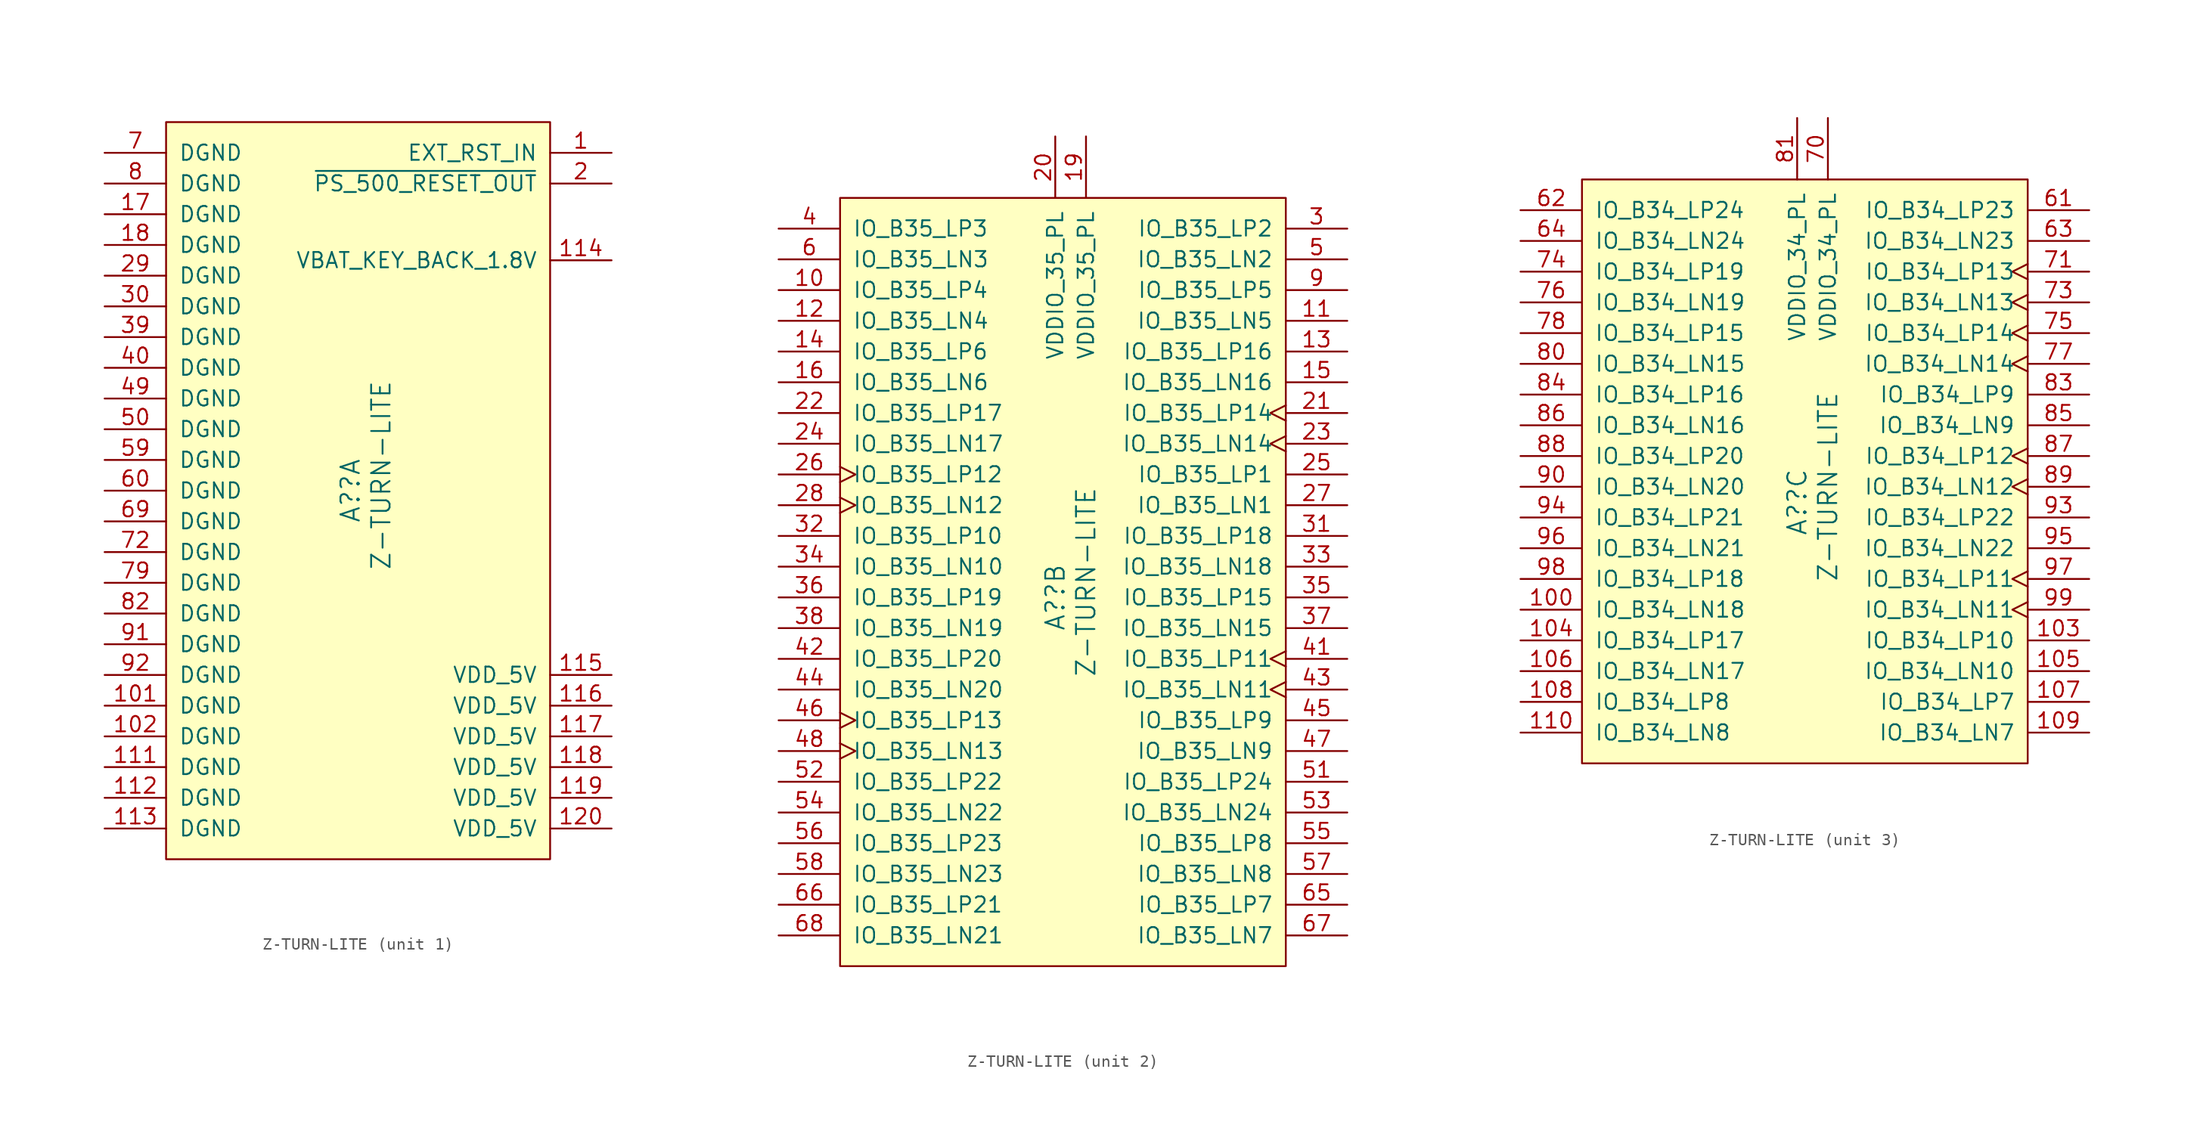
<source format=kicad_sym>
(kicad_symbol_lib
  (version 20231120)
  (generator "kicad_symbol_editor")
  (generator_version "8.0")
  (symbol "Z-TURN-LITE"
    (pin_names
      (offset 1.016))
    (property "Reference" "A?"
      (at -1.27 0 90)
      (effects (font (size 1.524 1.524))))
    (property "Value" "Z-TURN-LITE"
      (at 1.27 1.27 90)
      (effects (font (size 1.524 1.524))))
    (property "ki_locked" ""
      (at 0 0 0)
      (effects (font (size 1.27 1.27))))
    (symbol "Z-TURN-LITE_1_1"
      (rectangle (start -16.51 30.48) (end 15.24 -30.48) (stroke (width 0) (type solid)) (fill (type background)))
      (pin input line (at 20.32 27.94 180) (length 5.08) (name "EXT_RST_IN" (effects (font (size 1.27 1.27)))) (number "1" (effects (font (size 1.27 1.27)))))
      (pin power_out line (at -21.59 -17.78 0) (length 5.08) (name "DGND" (effects (font (size 1.27 1.27)))) (number "101" (effects (font (size 1.27 1.27)))))
      (pin power_out line (at -21.59 -20.32 0) (length 5.08) (name "DGND" (effects (font (size 1.27 1.27)))) (number "102" (effects (font (size 1.27 1.27)))))
      (pin power_out line (at -21.59 -22.86 0) (length 5.08) (name "DGND" (effects (font (size 1.27 1.27)))) (number "111" (effects (font (size 1.27 1.27)))))
      (pin power_out line (at -21.59 -25.4 0) (length 5.08) (name "DGND" (effects (font (size 1.27 1.27)))) (number "112" (effects (font (size 1.27 1.27)))))
      (pin power_out line (at -21.59 -27.94 0) (length 5.08) (name "DGND" (effects (font (size 1.27 1.27)))) (number "113" (effects (font (size 1.27 1.27)))))
      (pin power_in line (at 20.32 19.05 180) (length 5.08) (name "VBAT_KEY_BACK_1.8V" (effects (font (size 1.27 1.27)))) (number "114" (effects (font (size 1.27 1.27)))))
      (pin power_out line (at 20.32 -15.24 180) (length 5.08) (name "VDD_5V" (effects (font (size 1.27 1.27)))) (number "115" (effects (font (size 1.27 1.27)))))
      (pin power_out line (at 20.32 -17.78 180) (length 5.08) (name "VDD_5V" (effects (font (size 1.27 1.27)))) (number "116" (effects (font (size 1.27 1.27)))))
      (pin power_out line (at 20.32 -20.32 180) (length 5.08) (name "VDD_5V" (effects (font (size 1.27 1.27)))) (number "117" (effects (font (size 1.27 1.27)))))
      (pin power_out line (at 20.32 -22.86 180) (length 5.08) (name "VDD_5V" (effects (font (size 1.27 1.27)))) (number "118" (effects (font (size 1.27 1.27)))))
      (pin power_out line (at 20.32 -25.4 180) (length 5.08) (name "VDD_5V" (effects (font (size 1.27 1.27)))) (number "119" (effects (font (size 1.27 1.27)))))
      (pin power_out line (at 20.32 -27.94 180) (length 5.08) (name "VDD_5V" (effects (font (size 1.27 1.27)))) (number "120" (effects (font (size 1.27 1.27)))))
      (pin power_out line (at -21.59 22.86 0) (length 5.08) (name "DGND" (effects (font (size 1.27 1.27)))) (number "17" (effects (font (size 1.27 1.27)))))
      (pin power_out line (at -21.59 20.32 0) (length 5.08) (name "DGND" (effects (font (size 1.27 1.27)))) (number "18" (effects (font (size 1.27 1.27)))))
      (pin output line (at 20.32 25.4 180) (length 5.08) (name "~{PS_500_RESET_OUT}" (effects (font (size 1.27 1.27)))) (number "2" (effects (font (size 1.27 1.27)))))
      (pin power_out line (at -21.59 17.78 0) (length 5.08) (name "DGND" (effects (font (size 1.27 1.27)))) (number "29" (effects (font (size 1.27 1.27)))))
      (pin power_out line (at -21.59 15.24 0) (length 5.08) (name "DGND" (effects (font (size 1.27 1.27)))) (number "30" (effects (font (size 1.27 1.27)))))
      (pin power_out line (at -21.59 12.7 0) (length 5.08) (name "DGND" (effects (font (size 1.27 1.27)))) (number "39" (effects (font (size 1.27 1.27)))))
      (pin power_out line (at -21.59 10.16 0) (length 5.08) (name "DGND" (effects (font (size 1.27 1.27)))) (number "40" (effects (font (size 1.27 1.27)))))
      (pin power_out line (at -21.59 7.62 0) (length 5.08) (name "DGND" (effects (font (size 1.27 1.27)))) (number "49" (effects (font (size 1.27 1.27)))))
      (pin power_out line (at -21.59 5.08 0) (length 5.08) (name "DGND" (effects (font (size 1.27 1.27)))) (number "50" (effects (font (size 1.27 1.27)))))
      (pin power_out line (at -21.59 2.54 0) (length 5.08) (name "DGND" (effects (font (size 1.27 1.27)))) (number "59" (effects (font (size 1.27 1.27)))))
      (pin power_out line (at -21.59 0 0) (length 5.08) (name "DGND" (effects (font (size 1.27 1.27)))) (number "60" (effects (font (size 1.27 1.27)))))
      (pin power_out line (at -21.59 -2.54 0) (length 5.08) (name "DGND" (effects (font (size 1.27 1.27)))) (number "69" (effects (font (size 1.27 1.27)))))
      (pin power_out line (at -21.59 27.94 0) (length 5.08) (name "DGND" (effects (font (size 1.27 1.27)))) (number "7" (effects (font (size 1.27 1.27)))))
      (pin power_out line (at -21.59 -5.08 0) (length 5.08) (name "DGND" (effects (font (size 1.27 1.27)))) (number "72" (effects (font (size 1.27 1.27)))))
      (pin power_out line (at -21.59 -7.62 0) (length 5.08) (name "DGND" (effects (font (size 1.27 1.27)))) (number "79" (effects (font (size 1.27 1.27)))))
      (pin power_out line (at -21.59 25.4 0) (length 5.08) (name "DGND" (effects (font (size 1.27 1.27)))) (number "8" (effects (font (size 1.27 1.27)))))
      (pin power_out line (at -21.59 -10.16 0) (length 5.08) (name "DGND" (effects (font (size 1.27 1.27)))) (number "82" (effects (font (size 1.27 1.27)))))
      (pin power_out line (at -21.59 -12.7 0) (length 5.08) (name "DGND" (effects (font (size 1.27 1.27)))) (number "91" (effects (font (size 1.27 1.27)))))
      (pin power_out line (at -21.59 -15.24 0) (length 5.08) (name "DGND" (effects (font (size 1.27 1.27)))) (number "92" (effects (font (size 1.27 1.27))))))
    (symbol "Z-TURN-LITE_2_1"
      (rectangle (start -19.05 33.02) (end 17.78 -30.48) (stroke (width 0) (type default)) (fill (type background)))
      (pin bidirectional line (at -24.13 25.4 0) (length 5.08) (name "IO_B35_LP4" (effects (font (size 1.27 1.27)))) (number "10" (effects (font (size 1.27 1.27)))))
      (pin bidirectional line (at 22.86 22.86 180) (length 5.08) (name "IO_B35_LN5" (effects (font (size 1.27 1.27)))) (number "11" (effects (font (size 1.27 1.27)))))
      (pin bidirectional line (at -24.13 22.86 0) (length 5.08) (name "IO_B35_LN4" (effects (font (size 1.27 1.27)))) (number "12" (effects (font (size 1.27 1.27)))))
      (pin bidirectional line (at 22.86 20.32 180) (length 5.08) (name "IO_B35_LP16" (effects (font (size 1.27 1.27)))) (number "13" (effects (font (size 1.27 1.27)))))
      (pin bidirectional line (at -24.13 20.32 0) (length 5.08) (name "IO_B35_LP6" (effects (font (size 1.27 1.27)))) (number "14" (effects (font (size 1.27 1.27)))))
      (pin bidirectional line (at 22.86 17.78 180) (length 5.08) (name "IO_B35_LN16" (effects (font (size 1.27 1.27)))) (number "15" (effects (font (size 1.27 1.27)))))
      (pin bidirectional line (at -24.13 17.78 0) (length 5.08) (name "IO_B35_LN6" (effects (font (size 1.27 1.27)))) (number "16" (effects (font (size 1.27 1.27)))))
      (pin power_out line (at 1.27 38.1 270) (length 5.08) (name "VDDIO_35_PL" (effects (font (size 1.27 1.27)))) (number "19" (effects (font (size 1.27 1.27)))))
      (pin power_out line (at -1.27 38.1 270) (length 5.08) (name "VDDIO_35_PL" (effects (font (size 1.27 1.27)))) (number "20" (effects (font (size 1.27 1.27)))))
      (pin bidirectional clock (at 22.86 15.24 180) (length 5.08) (name "IO_B35_LP14" (effects (font (size 1.27 1.27)))) (number "21" (effects (font (size 1.27 1.27)))))
      (pin bidirectional line (at -24.13 15.24 0) (length 5.08) (name "IO_B35_LP17" (effects (font (size 1.27 1.27)))) (number "22" (effects (font (size 1.27 1.27)))))
      (pin bidirectional clock (at 22.86 12.7 180) (length 5.08) (name "IO_B35_LN14" (effects (font (size 1.27 1.27)))) (number "23" (effects (font (size 1.27 1.27)))))
      (pin bidirectional line (at -24.13 12.7 0) (length 5.08) (name "IO_B35_LN17" (effects (font (size 1.27 1.27)))) (number "24" (effects (font (size 1.27 1.27)))))
      (pin bidirectional line (at 22.86 10.16 180) (length 5.08) (name "IO_B35_LP1" (effects (font (size 1.27 1.27)))) (number "25" (effects (font (size 1.27 1.27)))))
      (pin bidirectional clock (at -24.13 10.16 0) (length 5.08) (name "IO_B35_LP12" (effects (font (size 1.27 1.27)))) (number "26" (effects (font (size 1.27 1.27)))))
      (pin bidirectional line (at 22.86 7.62 180) (length 5.08) (name "IO_B35_LN1" (effects (font (size 1.27 1.27)))) (number "27" (effects (font (size 1.27 1.27)))))
      (pin bidirectional clock (at -24.13 7.62 0) (length 5.08) (name "IO_B35_LN12" (effects (font (size 1.27 1.27)))) (number "28" (effects (font (size 1.27 1.27)))))
      (pin bidirectional line (at 22.86 30.48 180) (length 5.08) (name "IO_B35_LP2" (effects (font (size 1.27 1.27)))) (number "3" (effects (font (size 1.27 1.27)))))
      (pin bidirectional line (at 22.86 5.08 180) (length 5.08) (name "IO_B35_LP18" (effects (font (size 1.27 1.27)))) (number "31" (effects (font (size 1.27 1.27)))))
      (pin bidirectional line (at -24.13 5.08 0) (length 5.08) (name "IO_B35_LP10" (effects (font (size 1.27 1.27)))) (number "32" (effects (font (size 1.27 1.27)))))
      (pin bidirectional line (at 22.86 2.54 180) (length 5.08) (name "IO_B35_LN18" (effects (font (size 1.27 1.27)))) (number "33" (effects (font (size 1.27 1.27)))))
      (pin bidirectional line (at -24.13 2.54 0) (length 5.08) (name "IO_B35_LN10" (effects (font (size 1.27 1.27)))) (number "34" (effects (font (size 1.27 1.27)))))
      (pin bidirectional line (at 22.86 0 180) (length 5.08) (name "IO_B35_LP15" (effects (font (size 1.27 1.27)))) (number "35" (effects (font (size 1.27 1.27)))))
      (pin bidirectional line (at -24.13 0 0) (length 5.08) (name "IO_B35_LP19" (effects (font (size 1.27 1.27)))) (number "36" (effects (font (size 1.27 1.27)))))
      (pin bidirectional line (at 22.86 -2.54 180) (length 5.08) (name "IO_B35_LN15" (effects (font (size 1.27 1.27)))) (number "37" (effects (font (size 1.27 1.27)))))
      (pin bidirectional line (at -24.13 -2.54 0) (length 5.08) (name "IO_B35_LN19" (effects (font (size 1.27 1.27)))) (number "38" (effects (font (size 1.27 1.27)))))
      (pin bidirectional line (at -24.13 30.48 0) (length 5.08) (name "IO_B35_LP3" (effects (font (size 1.27 1.27)))) (number "4" (effects (font (size 1.27 1.27)))))
      (pin bidirectional clock (at 22.86 -5.08 180) (length 5.08) (name "IO_B35_LP11" (effects (font (size 1.27 1.27)))) (number "41" (effects (font (size 1.27 1.27)))))
      (pin bidirectional line (at -24.13 -5.08 0) (length 5.08) (name "IO_B35_LP20" (effects (font (size 1.27 1.27)))) (number "42" (effects (font (size 1.27 1.27)))))
      (pin bidirectional clock (at 22.86 -7.62 180) (length 5.08) (name "IO_B35_LN11" (effects (font (size 1.27 1.27)))) (number "43" (effects (font (size 1.27 1.27)))))
      (pin bidirectional line (at -24.13 -7.62 0) (length 5.08) (name "IO_B35_LN20" (effects (font (size 1.27 1.27)))) (number "44" (effects (font (size 1.27 1.27)))))
      (pin bidirectional line (at 22.86 -10.16 180) (length 5.08) (name "IO_B35_LP9" (effects (font (size 1.27 1.27)))) (number "45" (effects (font (size 1.27 1.27)))))
      (pin bidirectional clock (at -24.13 -10.16 0) (length 5.08) (name "IO_B35_LP13" (effects (font (size 1.27 1.27)))) (number "46" (effects (font (size 1.27 1.27)))))
      (pin bidirectional line (at 22.86 -12.7 180) (length 5.08) (name "IO_B35_LN9" (effects (font (size 1.27 1.27)))) (number "47" (effects (font (size 1.27 1.27)))))
      (pin bidirectional clock (at -24.13 -12.7 0) (length 5.08) (name "IO_B35_LN13" (effects (font (size 1.27 1.27)))) (number "48" (effects (font (size 1.27 1.27)))))
      (pin bidirectional line (at 22.86 27.94 180) (length 5.08) (name "IO_B35_LN2" (effects (font (size 1.27 1.27)))) (number "5" (effects (font (size 1.27 1.27)))))
      (pin bidirectional line (at 22.86 -15.24 180) (length 5.08) (name "IO_B35_LP24" (effects (font (size 1.27 1.27)))) (number "51" (effects (font (size 1.27 1.27)))))
      (pin bidirectional line (at -24.13 -15.24 0) (length 5.08) (name "IO_B35_LP22" (effects (font (size 1.27 1.27)))) (number "52" (effects (font (size 1.27 1.27)))))
      (pin bidirectional line (at 22.86 -17.78 180) (length 5.08) (name "IO_B35_LN24" (effects (font (size 1.27 1.27)))) (number "53" (effects (font (size 1.27 1.27)))))
      (pin bidirectional line (at -24.13 -17.78 0) (length 5.08) (name "IO_B35_LN22" (effects (font (size 1.27 1.27)))) (number "54" (effects (font (size 1.27 1.27)))))
      (pin bidirectional line (at 22.86 -20.32 180) (length 5.08) (name "IO_B35_LP8" (effects (font (size 1.27 1.27)))) (number "55" (effects (font (size 1.27 1.27)))))
      (pin bidirectional line (at -24.13 -20.32 0) (length 5.08) (name "IO_B35_LP23" (effects (font (size 1.27 1.27)))) (number "56" (effects (font (size 1.27 1.27)))))
      (pin bidirectional line (at 22.86 -22.86 180) (length 5.08) (name "IO_B35_LN8" (effects (font (size 1.27 1.27)))) (number "57" (effects (font (size 1.27 1.27)))))
      (pin bidirectional line (at -24.13 -22.86 0) (length 5.08) (name "IO_B35_LN23" (effects (font (size 1.27 1.27)))) (number "58" (effects (font (size 1.27 1.27)))))
      (pin bidirectional line (at -24.13 27.94 0) (length 5.08) (name "IO_B35_LN3" (effects (font (size 1.27 1.27)))) (number "6" (effects (font (size 1.27 1.27)))))
      (pin bidirectional line (at 22.86 -25.4 180) (length 5.08) (name "IO_B35_LP7" (effects (font (size 1.27 1.27)))) (number "65" (effects (font (size 1.27 1.27)))))
      (pin bidirectional line (at -24.13 -25.4 0) (length 5.08) (name "IO_B35_LP21" (effects (font (size 1.27 1.27)))) (number "66" (effects (font (size 1.27 1.27)))))
      (pin bidirectional line (at 22.86 -27.94 180) (length 5.08) (name "IO_B35_LN7" (effects (font (size 1.27 1.27)))) (number "67" (effects (font (size 1.27 1.27)))))
      (pin bidirectional line (at -24.13 -27.94 0) (length 5.08) (name "IO_B35_LN21" (effects (font (size 1.27 1.27)))) (number "68" (effects (font (size 1.27 1.27)))))
      (pin bidirectional line (at 22.86 25.4 180) (length 5.08) (name "IO_B35_LP5" (effects (font (size 1.27 1.27)))) (number "9" (effects (font (size 1.27 1.27))))))
    (symbol "Z-TURN-LITE_3_1"
      (rectangle (start -19.05 26.67) (end 17.78 -21.59) (stroke (width 0) (type default)) (fill (type background)))
      (pin bidirectional line (at -24.13 -8.89 0) (length 5.08) (name "IO_B34_LN18" (effects (font (size 1.27 1.27)))) (number "100" (effects (font (size 1.27 1.27)))))
      (pin bidirectional line (at 22.86 -11.43 180) (length 5.08) (name "IO_B34_LP10" (effects (font (size 1.27 1.27)))) (number "103" (effects (font (size 1.27 1.27)))))
      (pin bidirectional line (at -24.13 -11.43 0) (length 5.08) (name "IO_B34_LP17" (effects (font (size 1.27 1.27)))) (number "104" (effects (font (size 1.27 1.27)))))
      (pin bidirectional line (at 22.86 -13.97 180) (length 5.08) (name "IO_B34_LN10" (effects (font (size 1.27 1.27)))) (number "105" (effects (font (size 1.27 1.27)))))
      (pin bidirectional line (at -24.13 -13.97 0) (length 5.08) (name "IO_B34_LN17" (effects (font (size 1.27 1.27)))) (number "106" (effects (font (size 1.27 1.27)))))
      (pin bidirectional line (at 22.86 -16.51 180) (length 5.08) (name "IO_B34_LP7" (effects (font (size 1.27 1.27)))) (number "107" (effects (font (size 1.27 1.27)))))
      (pin bidirectional line (at -24.13 -16.51 0) (length 5.08) (name "IO_B34_LP8" (effects (font (size 1.27 1.27)))) (number "108" (effects (font (size 1.27 1.27)))))
      (pin bidirectional line (at 22.86 -19.05 180) (length 5.08) (name "IO_B34_LN7" (effects (font (size 1.27 1.27)))) (number "109" (effects (font (size 1.27 1.27)))))
      (pin bidirectional line (at -24.13 -19.05 0) (length 5.08) (name "IO_B34_LN8" (effects (font (size 1.27 1.27)))) (number "110" (effects (font (size 1.27 1.27)))))
      (pin bidirectional line (at 22.86 24.13 180) (length 5.08) (name "IO_B34_LP23" (effects (font (size 1.27 1.27)))) (number "61" (effects (font (size 1.27 1.27)))))
      (pin bidirectional line (at -24.13 24.13 0) (length 5.08) (name "IO_B34_LP24" (effects (font (size 1.27 1.27)))) (number "62" (effects (font (size 1.27 1.27)))))
      (pin bidirectional line (at 22.86 21.59 180) (length 5.08) (name "IO_B34_LN23" (effects (font (size 1.27 1.27)))) (number "63" (effects (font (size 1.27 1.27)))))
      (pin bidirectional line (at -24.13 21.59 0) (length 5.08) (name "IO_B34_LN24" (effects (font (size 1.27 1.27)))) (number "64" (effects (font (size 1.27 1.27)))))
      (pin power_out line (at 1.27 31.75 270) (length 5.08) (name "VDDIO_34_PL" (effects (font (size 1.27 1.27)))) (number "70" (effects (font (size 1.27 1.27)))))
      (pin bidirectional clock (at 22.86 19.05 180) (length 5.08) (name "IO_B34_LP13" (effects (font (size 1.27 1.27)))) (number "71" (effects (font (size 1.27 1.27)))))
      (pin bidirectional clock (at 22.86 16.51 180) (length 5.08) (name "IO_B34_LN13" (effects (font (size 1.27 1.27)))) (number "73" (effects (font (size 1.27 1.27)))))
      (pin bidirectional line (at -24.13 19.05 0) (length 5.08) (name "IO_B34_LP19" (effects (font (size 1.27 1.27)))) (number "74" (effects (font (size 1.27 1.27)))))
      (pin bidirectional clock (at 22.86 13.97 180) (length 5.08) (name "IO_B34_LP14" (effects (font (size 1.27 1.27)))) (number "75" (effects (font (size 1.27 1.27)))))
      (pin bidirectional line (at -24.13 16.51 0) (length 5.08) (name "IO_B34_LN19" (effects (font (size 1.27 1.27)))) (number "76" (effects (font (size 1.27 1.27)))))
      (pin bidirectional clock (at 22.86 11.43 180) (length 5.08) (name "IO_B34_LN14" (effects (font (size 1.27 1.27)))) (number "77" (effects (font (size 1.27 1.27)))))
      (pin bidirectional line (at -24.13 13.97 0) (length 5.08) (name "IO_B34_LP15" (effects (font (size 1.27 1.27)))) (number "78" (effects (font (size 1.27 1.27)))))
      (pin bidirectional line (at -24.13 11.43 0) (length 5.08) (name "IO_B34_LN15" (effects (font (size 1.27 1.27)))) (number "80" (effects (font (size 1.27 1.27)))))
      (pin power_out line (at -1.27 31.75 270) (length 5.08) (name "VDDIO_34_PL" (effects (font (size 1.27 1.27)))) (number "81" (effects (font (size 1.27 1.27)))))
      (pin bidirectional line (at 22.86 8.89 180) (length 5.08) (name "IO_B34_LP9" (effects (font (size 1.27 1.27)))) (number "83" (effects (font (size 1.27 1.27)))))
      (pin bidirectional line (at -24.13 8.89 0) (length 5.08) (name "IO_B34_LP16" (effects (font (size 1.27 1.27)))) (number "84" (effects (font (size 1.27 1.27)))))
      (pin bidirectional line (at 22.86 6.35 180) (length 5.08) (name "IO_B34_LN9" (effects (font (size 1.27 1.27)))) (number "85" (effects (font (size 1.27 1.27)))))
      (pin bidirectional line (at -24.13 6.35 0) (length 5.08) (name "IO_B34_LN16" (effects (font (size 1.27 1.27)))) (number "86" (effects (font (size 1.27 1.27)))))
      (pin bidirectional clock (at 22.86 3.81 180) (length 5.08) (name "IO_B34_LP12" (effects (font (size 1.27 1.27)))) (number "87" (effects (font (size 1.27 1.27)))))
      (pin bidirectional line (at -24.13 3.81 0) (length 5.08) (name "IO_B34_LP20" (effects (font (size 1.27 1.27)))) (number "88" (effects (font (size 1.27 1.27)))))
      (pin bidirectional clock (at 22.86 1.27 180) (length 5.08) (name "IO_B34_LN12" (effects (font (size 1.27 1.27)))) (number "89" (effects (font (size 1.27 1.27)))))
      (pin bidirectional line (at -24.13 1.27 0) (length 5.08) (name "IO_B34_LN20" (effects (font (size 1.27 1.27)))) (number "90" (effects (font (size 1.27 1.27)))))
      (pin bidirectional line (at 22.86 -1.27 180) (length 5.08) (name "IO_B34_LP22" (effects (font (size 1.27 1.27)))) (number "93" (effects (font (size 1.27 1.27)))))
      (pin bidirectional line (at -24.13 -1.27 0) (length 5.08) (name "IO_B34_LP21" (effects (font (size 1.27 1.27)))) (number "94" (effects (font (size 1.27 1.27)))))
      (pin bidirectional line (at 22.86 -3.81 180) (length 5.08) (name "IO_B34_LN22" (effects (font (size 1.27 1.27)))) (number "95" (effects (font (size 1.27 1.27)))))
      (pin bidirectional line (at -24.13 -3.81 0) (length 5.08) (name "IO_B34_LN21" (effects (font (size 1.27 1.27)))) (number "96" (effects (font (size 1.27 1.27)))))
      (pin bidirectional clock (at 22.86 -6.35 180) (length 5.08) (name "IO_B34_LP11" (effects (font (size 1.27 1.27)))) (number "97" (effects (font (size 1.27 1.27)))))
      (pin bidirectional line (at -24.13 -6.35 0) (length 5.08) (name "IO_B34_LP18" (effects (font (size 1.27 1.27)))) (number "98" (effects (font (size 1.27 1.27)))))
      (pin bidirectional clock (at 22.86 -8.89 180) (length 5.08) (name "IO_B34_LN11" (effects (font (size 1.27 1.27)))) (number "99" (effects (font (size 1.27 1.27))))))))
</source>
